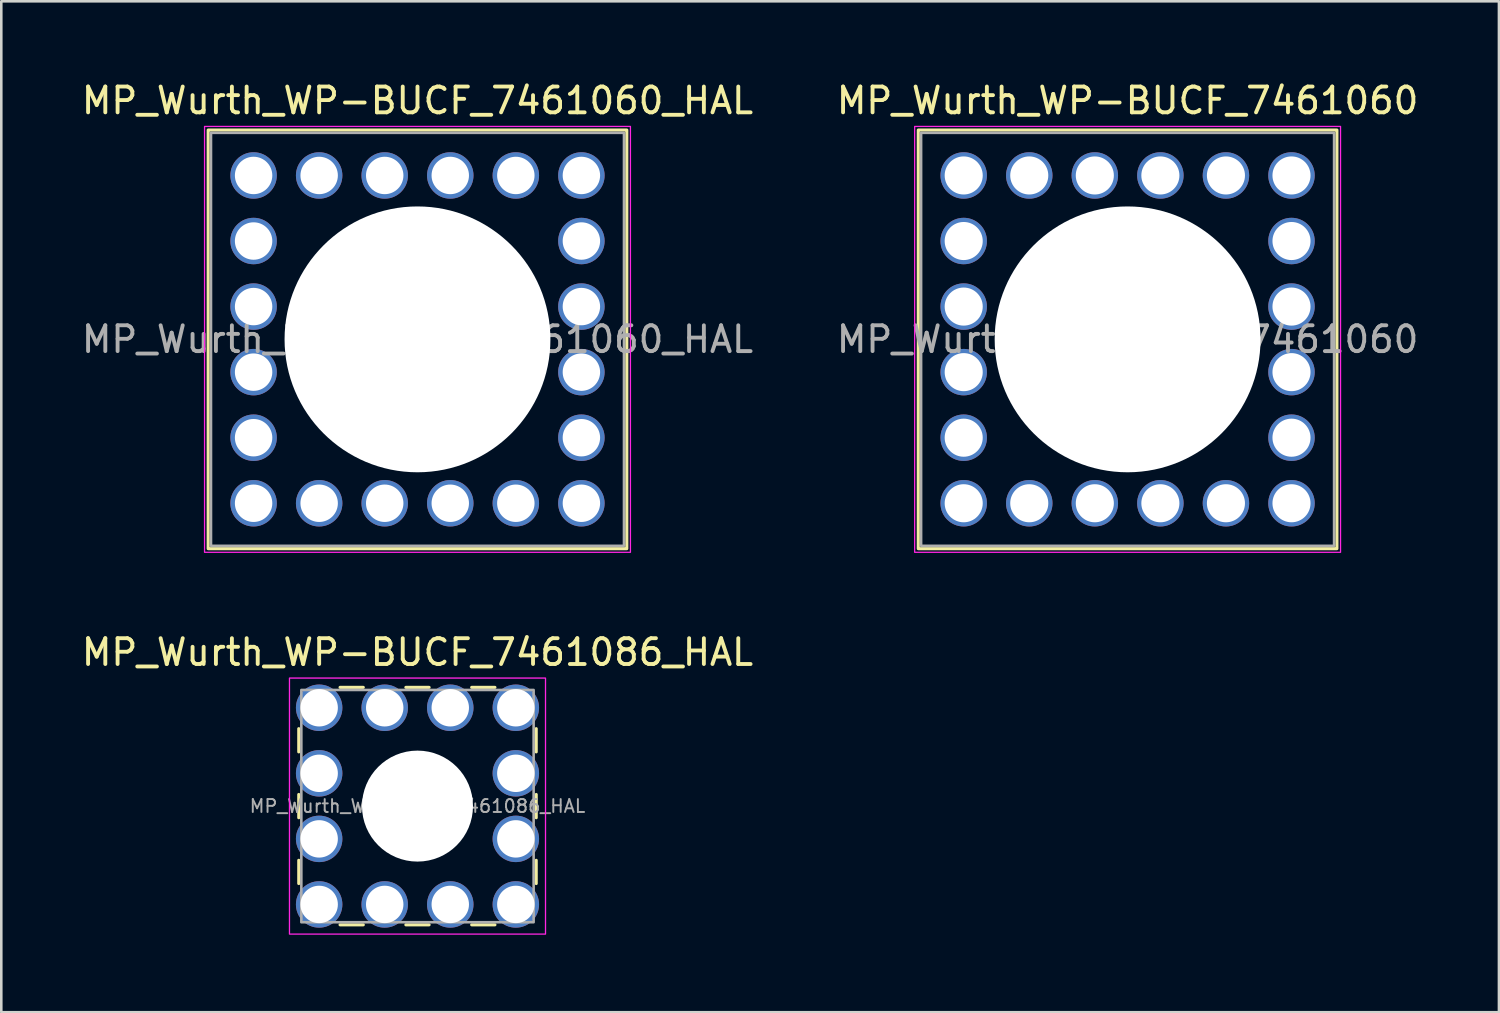
<source format=kicad_pcb>
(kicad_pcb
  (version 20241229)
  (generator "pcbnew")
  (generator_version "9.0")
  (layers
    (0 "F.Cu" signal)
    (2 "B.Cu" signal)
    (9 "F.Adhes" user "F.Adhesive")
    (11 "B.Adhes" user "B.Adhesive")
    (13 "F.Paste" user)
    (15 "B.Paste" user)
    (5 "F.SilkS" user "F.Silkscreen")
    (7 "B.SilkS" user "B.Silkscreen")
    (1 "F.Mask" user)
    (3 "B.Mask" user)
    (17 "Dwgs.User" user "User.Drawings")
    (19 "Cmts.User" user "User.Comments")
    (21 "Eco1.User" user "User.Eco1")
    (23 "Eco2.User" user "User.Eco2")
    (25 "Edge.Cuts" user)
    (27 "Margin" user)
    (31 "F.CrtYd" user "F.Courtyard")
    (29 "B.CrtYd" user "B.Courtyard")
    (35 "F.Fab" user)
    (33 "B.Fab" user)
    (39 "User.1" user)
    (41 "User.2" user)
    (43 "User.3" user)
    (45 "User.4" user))
  (footprint "MP_Wurth_WP-BUCF_7461086_HAL"
    (layer "F.Cu")
    (at 13.125 28.181)
    (property "Reference" "MP_Wurth_WP-BUCF_7461086_HAL" (at 0 -5.96 0) (unlocked yes) (layer "F.SilkS") (effects (font (size 1 1) (thickness 0.15))))
    (attr through_hole)
    (fp_line (start -4.6 -2.1) (end -4.6 -3) (stroke (width 0.12) (type solid)) (layer "F.SilkS"))
    (fp_line (start -4.6 0.45) (end -4.6 -0.45) (stroke (width 0.12) (type solid)) (layer "F.SilkS"))
    (fp_line (start -4.6 3) (end -4.6 2.1) (stroke (width 0.12) (type solid)) (layer "F.SilkS"))
    (fp_line (start -3 -4.6) (end -2.1 -4.6) (stroke (width 0.12) (type solid)) (layer "F.SilkS"))
    (fp_line (start -2.1 4.6) (end -3 4.6) (stroke (width 0.12) (type solid)) (layer "F.SilkS"))
    (fp_line (start -0.45 -4.6) (end 0.45 -4.6) (stroke (width 0.12) (type solid)) (layer "F.SilkS"))
    (fp_line (start 0.45 4.6) (end -0.45 4.6) (stroke (width 0.12) (type solid)) (layer "F.SilkS"))
    (fp_line (start 2.1 -4.6) (end 3 -4.6) (stroke (width 0.12) (type solid)) (layer "F.SilkS"))
    (fp_line (start 3 4.6) (end 2.1 4.6) (stroke (width 0.12) (type solid)) (layer "F.SilkS"))
    (fp_line (start 4.6 -3) (end 4.6 -2.1) (stroke (width 0.12) (type solid)) (layer "F.SilkS"))
    (fp_line (start 4.6 -0.45) (end 4.6 0.45) (stroke (width 0.12) (type solid)) (layer "F.SilkS"))
    (fp_line (start 4.6 2.1) (end 4.6 3) (stroke (width 0.12) (type solid)) (layer "F.SilkS"))
    (fp_rect (start -4.96 -4.96) (end 4.96 4.96) (stroke (width 0.05) (type solid)) (fill no) (layer "F.CrtYd"))
    (fp_rect (start -4.5 -4.5) (end 4.5 4.5) (stroke (width 0.1) (type solid)) (fill no) (layer "F.Fab"))
    (fp_text user "${REFERENCE}" (at 0 0 0) (unlocked yes) (layer "F.Fab") (effects (font (size 0.5 0.5) (thickness 0.075))))
    (pad "" np_thru_hole circle (at 0 0) (size 4.3 4.3) (drill 4.3) (layers "*.Cu" "*.Mask"))
    (pad "1" thru_hole circle (at -3.81 -3.81) (size 1.8 1.8) (drill 1.45) (layers "*.Cu" "*.Mask"))
    (pad "1" thru_hole circle (at -3.81 -1.27) (size 1.8 1.8) (drill 1.45) (layers "*.Cu" "*.Mask"))
    (pad "1" thru_hole circle (at -3.81 1.27) (size 1.8 1.8) (drill 1.45) (layers "*.Cu" "*.Mask"))
    (pad "1" thru_hole circle (at -3.81 3.81) (size 1.8 1.8) (drill 1.45) (layers "*.Cu" "*.Mask"))
    (pad "1" thru_hole circle (at -1.27 -3.81) (size 1.8 1.8) (drill 1.45) (layers "*.Cu" "*.Mask"))
    (pad "1" thru_hole circle (at -1.27 3.81) (size 1.8 1.8) (drill 1.45) (layers "*.Cu" "*.Mask"))
    (pad "1" thru_hole circle (at 1.27 -3.81) (size 1.8 1.8) (drill 1.45) (layers "*.Cu" "*.Mask"))
    (pad "1" thru_hole circle (at 1.27 3.81) (size 1.8 1.8) (drill 1.45) (layers "*.Cu" "*.Mask"))
    (pad "1" thru_hole circle (at 3.81 -3.81) (size 1.8 1.8) (drill 1.45) (layers "*.Cu" "*.Mask"))
    (pad "1" thru_hole circle (at 3.81 -1.27) (size 1.8 1.8) (drill 1.45) (layers "*.Cu" "*.Mask"))
    (pad "1" thru_hole circle (at 3.81 1.27) (size 1.8 1.8) (drill 1.45) (layers "*.Cu" "*.Mask"))
    (pad "1" thru_hole circle (at 3.81 3.81) (size 1.8 1.8) (drill 1.45) (layers "*.Cu" "*.Mask")))
  (footprint "MP_Wurth_WP-BUCF_7461060"
    (layer "F.Cu")
    (at 40.637 10.098)
    (property "Reference" "MP_Wurth_WP-BUCF_7461060" (at 0 -9.25 0) (unlocked yes) (layer "F.SilkS") (effects (font (size 1 1) (thickness 0.15))))
    (attr through_hole)
    (fp_rect (start -8.11 -8.11) (end 8.11 8.11) (stroke (width 0.12) (type solid)) (fill no) (layer "F.SilkS"))
    (fp_rect (start -8.25 -8.25) (end 8.25 8.25) (stroke (width 0.05) (type solid)) (fill no) (layer "F.CrtYd"))
    (fp_rect (start -8 -8) (end 8 8) (stroke (width 0.1) (type solid)) (fill no) (layer "F.Fab"))
    (fp_text user "${REFERENCE}" (at 0 0 0) (unlocked yes) (layer "F.Fab") (effects (font (size 1 1) (thickness 0.15))))
    (pad "" np_thru_hole circle (at 0 0) (size 10.3 10.3) (drill 10.3) (layers "*.Cu" "*.Mask"))
    (pad "1" thru_hole circle (at -6.35 -6.35) (size 1.8 1.8) (drill 1.475) (layers "*.Cu" "*.Mask"))
    (pad "1" thru_hole circle (at -6.35 -3.81) (size 1.8 1.8) (drill 1.475) (layers "*.Cu" "*.Mask"))
    (pad "1" thru_hole circle (at -6.35 -1.27) (size 1.8 1.8) (drill 1.475) (layers "*.Cu" "*.Mask"))
    (pad "1" thru_hole circle (at -6.35 1.27) (size 1.8 1.8) (drill 1.475) (layers "*.Cu" "*.Mask"))
    (pad "1" thru_hole circle (at -6.35 3.81) (size 1.8 1.8) (drill 1.475) (layers "*.Cu" "*.Mask"))
    (pad "1" thru_hole circle (at -6.35 6.35) (size 1.8 1.8) (drill 1.475) (layers "*.Cu" "*.Mask"))
    (pad "1" thru_hole circle (at -3.81 -6.35) (size 1.8 1.8) (drill 1.475) (layers "*.Cu" "*.Mask"))
    (pad "1" thru_hole circle (at -3.81 6.35) (size 1.8 1.8) (drill 1.475) (layers "*.Cu" "*.Mask"))
    (pad "1" thru_hole circle (at -1.27 -6.35) (size 1.8 1.8) (drill 1.475) (layers "*.Cu" "*.Mask"))
    (pad "1" thru_hole circle (at -1.27 6.35) (size 1.8 1.8) (drill 1.475) (layers "*.Cu" "*.Mask"))
    (pad "1" thru_hole circle (at 1.27 -6.35) (size 1.8 1.8) (drill 1.475) (layers "*.Cu" "*.Mask"))
    (pad "1" thru_hole circle (at 1.27 6.35) (size 1.8 1.8) (drill 1.475) (layers "*.Cu" "*.Mask"))
    (pad "1" thru_hole circle (at 3.81 -6.35) (size 1.8 1.8) (drill 1.475) (layers "*.Cu" "*.Mask"))
    (pad "1" thru_hole circle (at 3.81 6.35) (size 1.8 1.8) (drill 1.475) (layers "*.Cu" "*.Mask"))
    (pad "1" thru_hole circle (at 6.35 -6.35) (size 1.8 1.8) (drill 1.475) (layers "*.Cu" "*.Mask"))
    (pad "1" thru_hole circle (at 6.35 -3.81) (size 1.8 1.8) (drill 1.475) (layers "*.Cu" "*.Mask"))
    (pad "1" thru_hole circle (at 6.35 -1.27) (size 1.8 1.8) (drill 1.475) (layers "*.Cu" "*.Mask"))
    (pad "1" thru_hole circle (at 6.35 1.27) (size 1.8 1.8) (drill 1.475) (layers "*.Cu" "*.Mask"))
    (pad "1" thru_hole circle (at 6.35 3.81) (size 1.8 1.8) (drill 1.475) (layers "*.Cu" "*.Mask"))
    (pad "1" thru_hole circle (at 6.35 6.35) (size 1.8 1.8) (drill 1.475) (layers "*.Cu" "*.Mask")))
  (footprint "MP_Wurth_WP-BUCF_7461060_HAL"
    (layer "F.Cu")
    (at 13.125 10.098)
    (property "Reference" "MP_Wurth_WP-BUCF_7461060_HAL" (at 0 -9.25 0) (unlocked yes) (layer "F.SilkS") (effects (font (size 1 1) (thickness 0.15))))
    (attr through_hole)
    (fp_rect (start -8.11 -8.11) (end 8.11 8.11) (stroke (width 0.12) (type solid)) (fill no) (layer "F.SilkS"))
    (fp_rect (start -8.25 -8.25) (end 8.25 8.25) (stroke (width 0.05) (type solid)) (fill no) (layer "F.CrtYd"))
    (fp_rect (start -8 -8) (end 8 8) (stroke (width 0.1) (type solid)) (fill no) (layer "F.Fab"))
    (fp_text user "${REFERENCE}" (at 0 0 0) (unlocked yes) (layer "F.Fab") (effects (font (size 1 1) (thickness 0.15))))
    (pad "" np_thru_hole circle (at 0 0) (size 10.3 10.3) (drill 10.3) (layers "*.Cu" "*.Mask"))
    (pad "1" thru_hole circle (at -6.35 -6.35) (size 1.8 1.8) (drill 1.45) (layers "*.Cu" "*.Mask"))
    (pad "1" thru_hole circle (at -6.35 -3.81) (size 1.8 1.8) (drill 1.45) (layers "*.Cu" "*.Mask"))
    (pad "1" thru_hole circle (at -6.35 -1.27) (size 1.8 1.8) (drill 1.45) (layers "*.Cu" "*.Mask"))
    (pad "1" thru_hole circle (at -6.35 1.27) (size 1.8 1.8) (drill 1.45) (layers "*.Cu" "*.Mask"))
    (pad "1" thru_hole circle (at -6.35 3.81) (size 1.8 1.8) (drill 1.45) (layers "*.Cu" "*.Mask"))
    (pad "1" thru_hole circle (at -6.35 6.35) (size 1.8 1.8) (drill 1.45) (layers "*.Cu" "*.Mask"))
    (pad "1" thru_hole circle (at -3.81 -6.35) (size 1.8 1.8) (drill 1.45) (layers "*.Cu" "*.Mask"))
    (pad "1" thru_hole circle (at -3.81 6.35) (size 1.8 1.8) (drill 1.45) (layers "*.Cu" "*.Mask"))
    (pad "1" thru_hole circle (at -1.27 -6.35) (size 1.8 1.8) (drill 1.45) (layers "*.Cu" "*.Mask"))
    (pad "1" thru_hole circle (at -1.27 6.35) (size 1.8 1.8) (drill 1.45) (layers "*.Cu" "*.Mask"))
    (pad "1" thru_hole circle (at 1.27 -6.35) (size 1.8 1.8) (drill 1.45) (layers "*.Cu" "*.Mask"))
    (pad "1" thru_hole circle (at 1.27 6.35) (size 1.8 1.8) (drill 1.45) (layers "*.Cu" "*.Mask"))
    (pad "1" thru_hole circle (at 3.81 -6.35) (size 1.8 1.8) (drill 1.45) (layers "*.Cu" "*.Mask"))
    (pad "1" thru_hole circle (at 3.81 6.35) (size 1.8 1.8) (drill 1.45) (layers "*.Cu" "*.Mask"))
    (pad "1" thru_hole circle (at 6.35 -6.35) (size 1.8 1.8) (drill 1.45) (layers "*.Cu" "*.Mask"))
    (pad "1" thru_hole circle (at 6.35 -3.81) (size 1.8 1.8) (drill 1.45) (layers "*.Cu" "*.Mask"))
    (pad "1" thru_hole circle (at 6.35 -1.27) (size 1.8 1.8) (drill 1.45) (layers "*.Cu" "*.Mask"))
    (pad "1" thru_hole circle (at 6.35 1.27) (size 1.8 1.8) (drill 1.45) (layers "*.Cu" "*.Mask"))
    (pad "1" thru_hole circle (at 6.35 3.81) (size 1.8 1.8) (drill 1.45) (layers "*.Cu" "*.Mask"))
    (pad "1" thru_hole circle (at 6.35 6.35) (size 1.8 1.8) (drill 1.45) (layers "*.Cu" "*.Mask")))
  (gr_rect
    (start -3 -3)
    (end 55.024 36.166)
    (stroke (width 0.1) (type default))
    (fill no)
    (layer "Edge.Cuts")))
</source>
